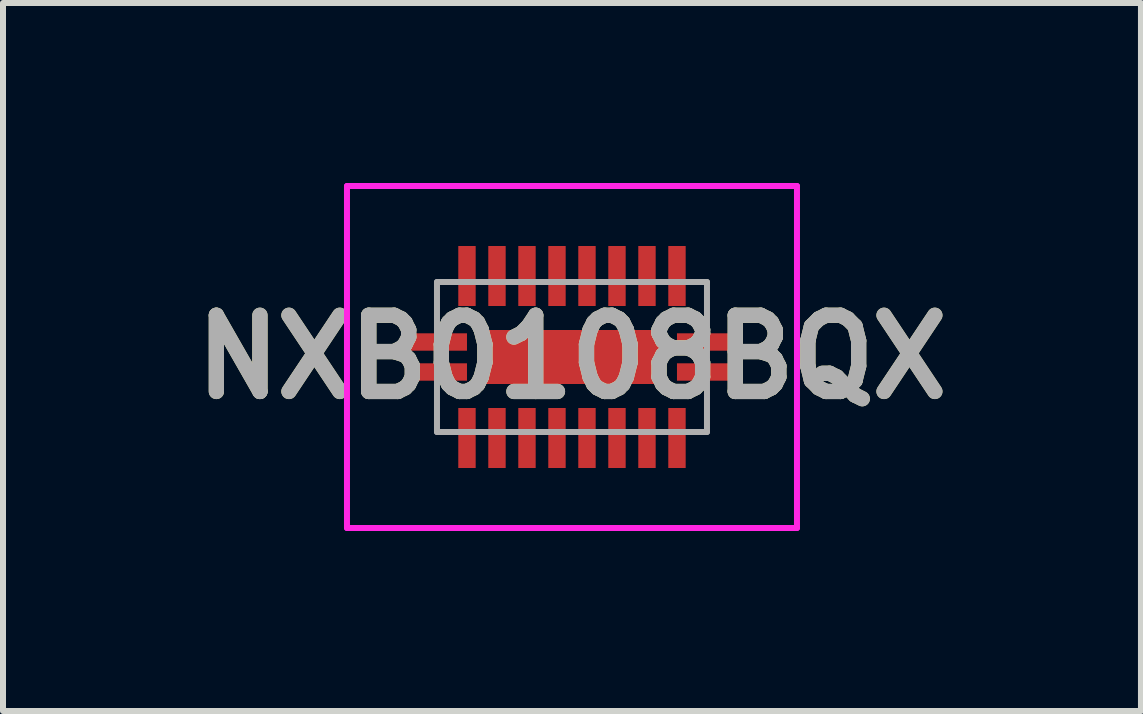
<source format=kicad_pcb>
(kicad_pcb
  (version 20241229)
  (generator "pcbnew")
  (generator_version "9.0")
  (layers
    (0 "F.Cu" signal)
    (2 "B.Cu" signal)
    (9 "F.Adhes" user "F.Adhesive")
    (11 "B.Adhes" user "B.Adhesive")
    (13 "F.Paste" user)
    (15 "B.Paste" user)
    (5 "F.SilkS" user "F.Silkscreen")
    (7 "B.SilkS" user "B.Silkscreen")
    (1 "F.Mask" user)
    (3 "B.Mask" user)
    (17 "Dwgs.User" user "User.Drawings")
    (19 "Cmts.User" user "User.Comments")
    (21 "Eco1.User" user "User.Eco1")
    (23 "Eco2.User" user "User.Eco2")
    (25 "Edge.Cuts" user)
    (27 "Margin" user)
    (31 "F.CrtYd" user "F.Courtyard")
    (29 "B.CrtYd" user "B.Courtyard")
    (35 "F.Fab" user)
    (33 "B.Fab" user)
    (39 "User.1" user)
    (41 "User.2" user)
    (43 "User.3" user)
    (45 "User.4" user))
  (footprint "NXB0108BQX"
    (layer "F.Cu")
    (at 6.483 2.9)
    (property "Reference" "NXB0108BQX" (at 0 0 0) (layer "F.SilkS") (effects (font (size 1.27 1.27) (thickness 0.254))))
    (attr smd)
    (fp_line (start -3.45 0.25) (end -3.45 0.25) (stroke (width 0.1) (type solid)) (layer "F.SilkS"))
    (fp_line (start -3.35 0.25) (end -3.35 0.25) (stroke (width 0.1) (type solid)) (layer "F.SilkS"))
    (fp_arc (start -3.45 0.25) (mid -3.4 0.2) (end -3.35 0.25) (stroke (width 0.1) (type solid)) (layer "F.SilkS"))
    (fp_arc (start -3.35 0.25) (mid -3.4 0.3) (end -3.45 0.25) (stroke (width 0.1) (type solid)) (layer "F.SilkS"))
    (fp_line (start -3.75 -2.85) (end -3.75 2.85) (stroke (width 0.1) (type solid)) (layer "F.CrtYd"))
    (fp_line (start -3.75 2.85) (end 3.75 2.85) (stroke (width 0.1) (type solid)) (layer "F.CrtYd"))
    (fp_line (start 3.75 -2.85) (end -3.75 -2.85) (stroke (width 0.1) (type solid)) (layer "F.CrtYd"))
    (fp_line (start 3.75 2.85) (end 3.75 -2.85) (stroke (width 0.1) (type solid)) (layer "F.CrtYd"))
    (fp_line (start -2.25 -1.25) (end -2.25 1.25) (stroke (width 0.1) (type solid)) (layer "F.Fab"))
    (fp_line (start -2.25 1.25) (end 2.25 1.25) (stroke (width 0.1) (type solid)) (layer "F.Fab"))
    (fp_line (start 2.25 -1.25) (end -2.25 -1.25) (stroke (width 0.1) (type solid)) (layer "F.Fab"))
    (fp_line (start 2.25 1.25) (end 2.25 -1.25) (stroke (width 0.1) (type solid)) (layer "F.Fab"))
    (fp_text user "${REFERENCE}" (at 0 0 0) (layer "F.Fab") (effects (font (size 1.27 1.27) (thickness 0.254))))
    (pad "1" smd rect (at -2.25 0.25 90) (size 0.29 1) (layers "F.Cu" "F.Mask" "F.Paste"))
    (pad "2" smd rect (at -1.75 1.35) (size 0.29 1) (layers "F.Cu" "F.Mask" "F.Paste"))
    (pad "3" smd rect (at -1.25 1.35) (size 0.29 1) (layers "F.Cu" "F.Mask" "F.Paste"))
    (pad "4" smd rect (at -0.75 1.35) (size 0.29 1) (layers "F.Cu" "F.Mask" "F.Paste"))
    (pad "5" smd rect (at -0.25 1.35) (size 0.29 1) (layers "F.Cu" "F.Mask" "F.Paste"))
    (pad "6" smd rect (at 0.25 1.35) (size 0.29 1) (layers "F.Cu" "F.Mask" "F.Paste"))
    (pad "7" smd rect (at 0.75 1.35) (size 0.29 1) (layers "F.Cu" "F.Mask" "F.Paste"))
    (pad "8" smd rect (at 1.25 1.35) (size 0.29 1) (layers "F.Cu" "F.Mask" "F.Paste"))
    (pad "9" smd rect (at 1.75 1.35) (size 0.29 1) (layers "F.Cu" "F.Mask" "F.Paste"))
    (pad "10" smd rect (at 2.25 0.25 90) (size 0.29 1) (layers "F.Cu" "F.Mask" "F.Paste"))
    (pad "11" smd rect (at 2.25 -0.25 90) (size 0.29 1) (layers "F.Cu" "F.Mask" "F.Paste"))
    (pad "12" smd rect (at 1.75 -1.35) (size 0.29 1) (layers "F.Cu" "F.Mask" "F.Paste"))
    (pad "13" smd rect (at 1.25 -1.35) (size 0.29 1) (layers "F.Cu" "F.Mask" "F.Paste"))
    (pad "14" smd rect (at 0.75 -1.35) (size 0.29 1) (layers "F.Cu" "F.Mask" "F.Paste"))
    (pad "15" smd rect (at 0.25 -1.35) (size 0.29 1) (layers "F.Cu" "F.Mask" "F.Paste"))
    (pad "16" smd rect (at -0.25 -1.35) (size 0.29 1) (layers "F.Cu" "F.Mask" "F.Paste"))
    (pad "17" smd rect (at -0.75 -1.35) (size 0.29 1) (layers "F.Cu" "F.Mask" "F.Paste"))
    (pad "18" smd rect (at -1.25 -1.35) (size 0.29 1) (layers "F.Cu" "F.Mask" "F.Paste"))
    (pad "19" smd rect (at -1.75 -1.35) (size 0.29 1) (layers "F.Cu" "F.Mask" "F.Paste"))
    (pad "20" smd rect (at -2.25 -0.25 90) (size 0.29 1) (layers "F.Cu" "F.Mask" "F.Paste"))
    (pad "21" smd rect (at 0 0 90) (size 0.9 2.9) (layers "F.Cu" "F.Mask" "F.Paste")))
  (gr_rect
    (start -3 -3)
    (end 15.966 8.8)
    (stroke (width 0.1) (type default))
    (fill no)
    (layer "Edge.Cuts")))
</source>
